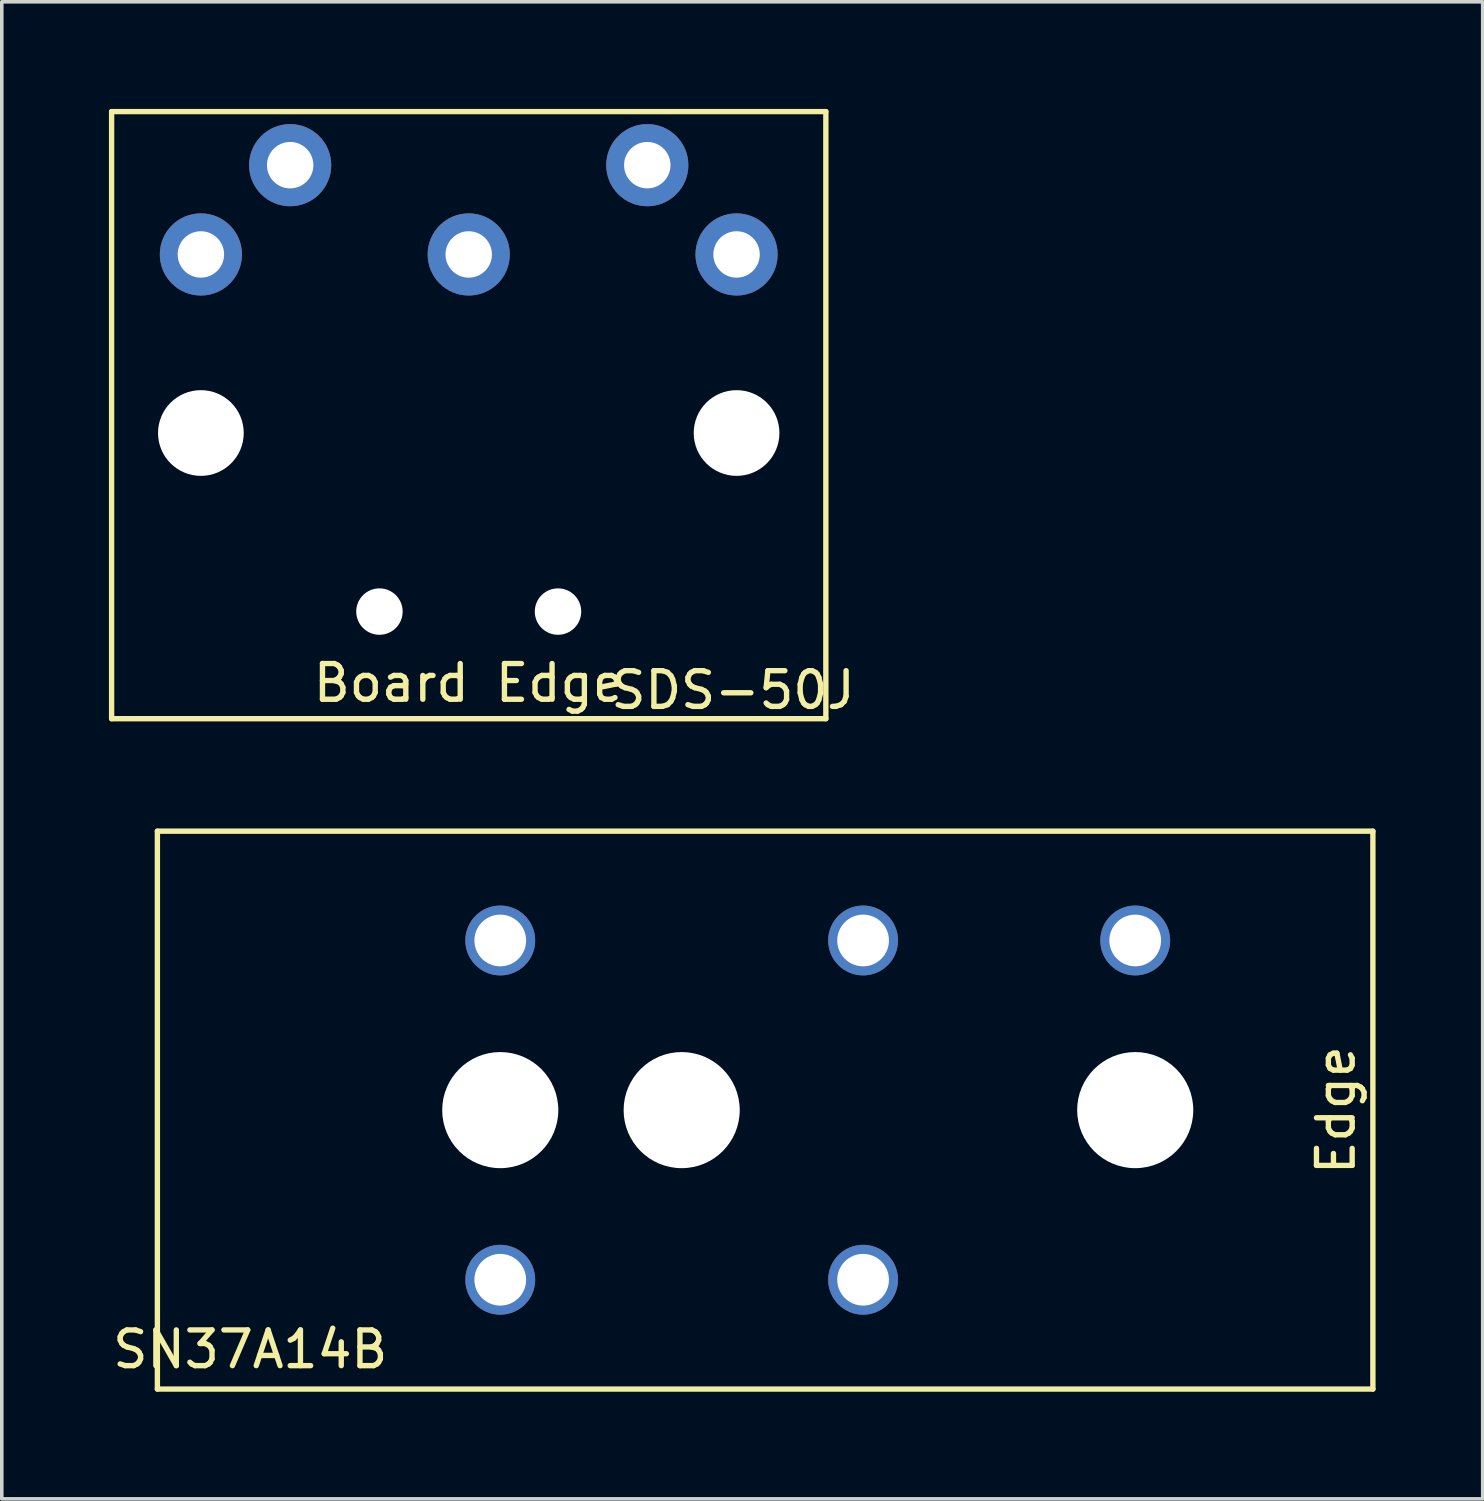
<source format=kicad_pcb>
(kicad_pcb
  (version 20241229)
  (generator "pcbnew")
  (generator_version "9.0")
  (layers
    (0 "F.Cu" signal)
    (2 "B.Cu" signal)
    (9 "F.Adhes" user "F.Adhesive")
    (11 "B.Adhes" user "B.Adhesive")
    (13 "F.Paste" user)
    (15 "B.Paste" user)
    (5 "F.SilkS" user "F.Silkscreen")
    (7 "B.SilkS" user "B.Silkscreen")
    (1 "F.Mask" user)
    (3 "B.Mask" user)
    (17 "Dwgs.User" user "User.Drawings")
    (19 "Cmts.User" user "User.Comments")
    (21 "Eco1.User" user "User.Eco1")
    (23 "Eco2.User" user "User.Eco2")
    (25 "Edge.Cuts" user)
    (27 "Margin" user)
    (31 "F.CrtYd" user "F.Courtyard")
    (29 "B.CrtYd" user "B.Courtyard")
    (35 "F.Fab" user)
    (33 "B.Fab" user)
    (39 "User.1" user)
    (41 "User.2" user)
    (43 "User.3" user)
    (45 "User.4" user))
  (footprint "SN37A14B"
    (layer "F.Cu")
    (at 10.958 28.035)
    (property "Reference" "SN37A14B" (at -7 6.7 0) (layer "F.SilkS") (effects (font (size 1 1) (thickness 0.15))))
    (attr through_hole)
    (fp_line (start -9.601 -7.811) (end 24.435 -7.811) (stroke (width 0.15) (type solid)) (layer "F.SilkS"))
    (fp_line (start -9.601 7.811) (end -9.601 -7.811) (stroke (width 0.15) (type solid)) (layer "F.SilkS"))
    (fp_line (start 24.435 -7.811) (end 24.435 7.811) (stroke (width 0.15) (type solid)) (layer "F.SilkS"))
    (fp_line (start 24.435 7.811) (end -9.601 7.811) (stroke (width 0.15) (type solid)) (layer "F.SilkS"))
    (fp_text user "Edge" (at 23.4 0 90) (layer "F.SilkS") (effects (font (size 1 1) (thickness 0.15))))
    (pad "" np_thru_hole circle (at 0 0) (size 3.251 3.251) (drill 3.251) (layers "*.Cu" "*.Mask"))
    (pad "" np_thru_hole circle (at 5.08 0) (size 3.251 3.251) (drill 3.251) (layers "*.Cu" "*.Mask"))
    (pad "" np_thru_hole circle (at 17.78 0) (size 3.251 3.251) (drill 3.251) (layers "*.Cu" "*.Mask"))
    (pad "1" thru_hole circle (at 0 -4.75) (size 1.956 1.956) (drill 1.448) (layers "*.Cu" "*.Mask"))
    (pad "2" thru_hole circle (at 10.16 -4.75) (size 1.956 1.956) (drill 1.448) (layers "*.Cu" "*.Mask"))
    (pad "3" thru_hole circle (at 17.78 -4.75) (size 1.956 1.956) (drill 1.448) (layers "*.Cu" "*.Mask"))
    (pad "4" thru_hole circle (at 0 4.75) (size 1.956 1.956) (drill 1.448) (layers "*.Cu" "*.Mask"))
    (pad "5" thru_hole circle (at 10.16 4.75) (size 1.956 1.956) (drill 1.448) (layers "*.Cu" "*.Mask")))
  (footprint "SDS-50J"
    (layer "F.Cu")
    (at 10.075 4.075)
    (property "Reference" "SDS-50J" (at 7.4 12.2 0) (layer "F.SilkS") (effects (font (size 1 1) (thickness 0.15))))
    (attr through_hole)
    (fp_line (start -10 -4) (end -10 13) (stroke (width 0.15) (type solid)) (layer "F.SilkS"))
    (fp_line (start -10 13) (end 10 13) (stroke (width 0.15) (type solid)) (layer "F.SilkS"))
    (fp_line (start 10 -4) (end -10 -4) (stroke (width 0.15) (type solid)) (layer "F.SilkS"))
    (fp_line (start 10 -4) (end 10 13) (stroke (width 0.15) (type solid)) (layer "F.SilkS"))
    (fp_text user "Board Edge" (at 0 12 0) (layer "F.SilkS") (effects (font (size 1 1) (thickness 0.15))))
    (pad "" np_thru_hole circle (at -7.5 5) (size 2.4 2.4) (drill 2.4) (layers "*.Cu" "*.Mask"))
    (pad "" np_thru_hole circle (at -2.5 10) (size 1.3 1.3) (drill 1.3) (layers "*.Cu" "*.Mask"))
    (pad "" np_thru_hole circle (at 2.5 10) (size 1.3 1.3) (drill 1.3) (layers "*.Cu" "*.Mask"))
    (pad "" np_thru_hole circle (at 7.5 5) (size 2.4 2.4) (drill 2.4) (layers "*.Cu" "*.Mask"))
    (pad "1" thru_hole circle (at 7.5 0) (size 2.3 2.3) (drill 1.3) (layers "*.Cu" "*.Mask"))
    (pad "2" thru_hole circle (at 0 0) (size 2.3 2.3) (drill 1.3) (layers "*.Cu" "*.Mask"))
    (pad "3" thru_hole circle (at -7.5 0) (size 2.3 2.3) (drill 1.3) (layers "*.Cu" "*.Mask"))
    (pad "4" thru_hole circle (at 5 -2.5) (size 2.3 2.3) (drill 1.3) (layers "*.Cu" "*.Mask"))
    (pad "5" thru_hole circle (at -5 -2.5) (size 2.3 2.3) (drill 1.3) (layers "*.Cu" "*.Mask")))
  (gr_rect
    (start -3 -3)
    (end 38.468 38.921)
    (stroke (width 0.1) (type default))
    (fill no)
    (layer "Edge.Cuts")))
</source>
